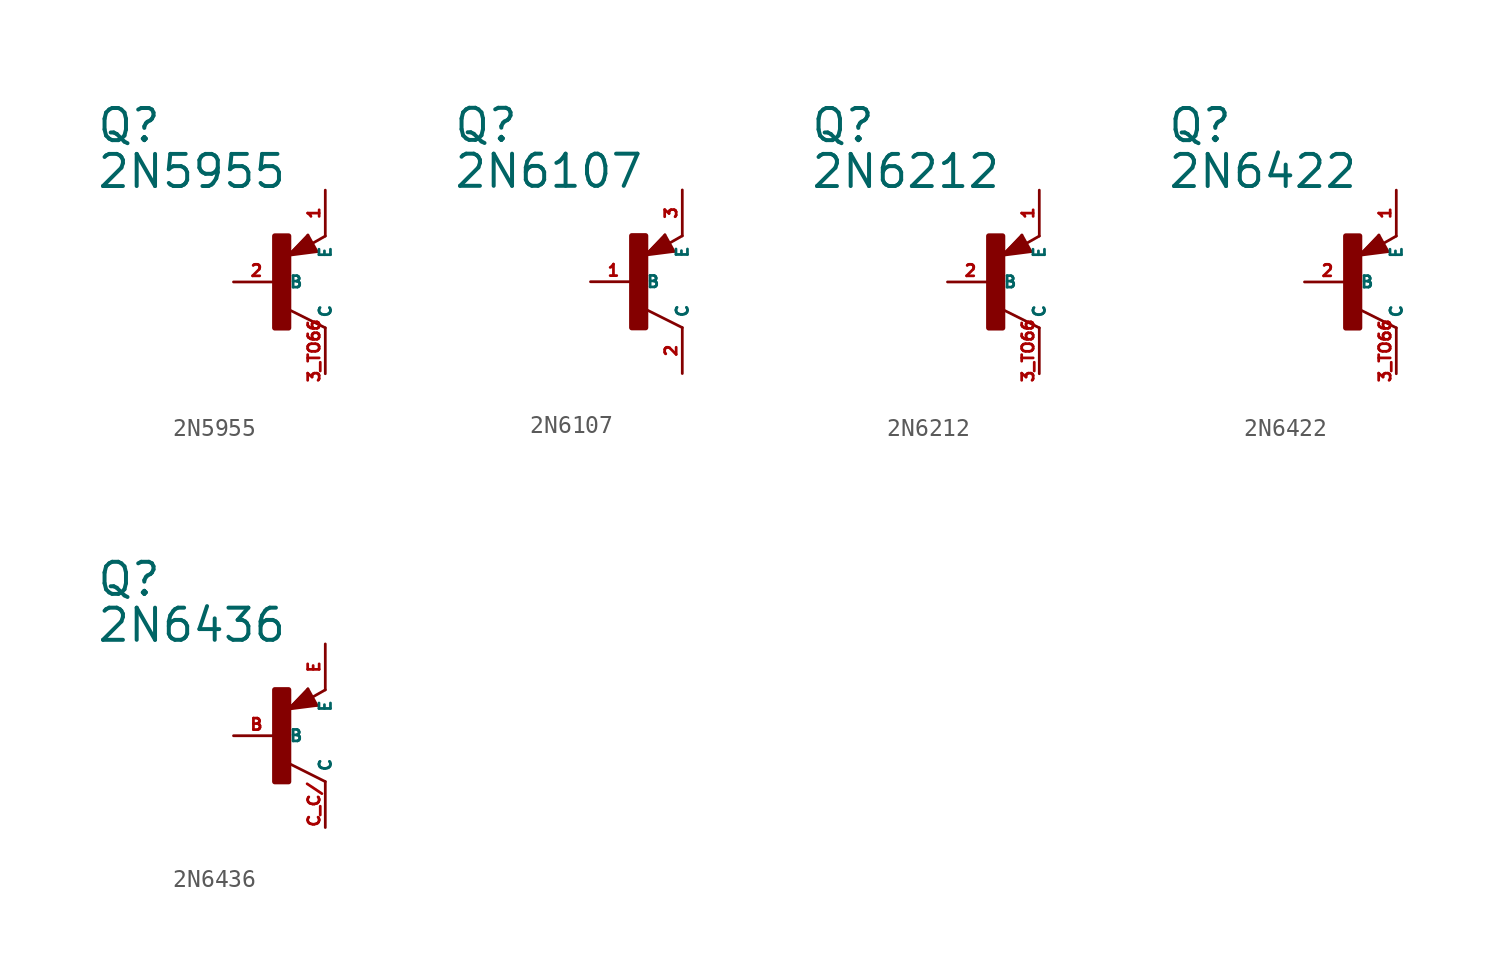
<source format=kicad_sym>
(kicad_symbol_lib
  (version 20220914)
  (generator Eagle2Kicad)
  (symbol "2N5955"
    (property "Reference" "Q"
      (at -10.16 7.62 0)
      (effects (font (size 1.778 1.778) (thickness 0.22)) (justify left bottom)))
    (property "Value" "2N5955"
      (at -10.16 5.08 0)
      (effects (font (size 1.778 1.778) (thickness 0.22)) (justify left bottom)))
    (polyline
      (pts (xy 2.086 1.678) (xy 1.578 2.594))
      (stroke (width 0.152) (type default))
      (fill (type none)))
    (polyline
      (pts (xy 1.578 2.594) (xy 0.516 1.478))
      (stroke (width 0.152) (type default))
      (fill (type none)))
    (polyline
      (pts (xy 0.516 1.478) (xy 2.086 1.678))
      (stroke (width 0.152) (type default))
      (fill (type none)))
    (polyline
      (pts (xy 2.54 2.54) (xy 1.808 2.124))
      (stroke (width 0.152) (type default))
      (fill (type none)))
    (polyline
      (pts (xy 2.54 -2.54) (xy 0.508 -1.524))
      (stroke (width 0.152) (type default))
      (fill (type none)))
    (polyline
      (pts (xy 1.905 1.778) (xy 1.524 2.413))
      (stroke (width 0.254) (type default))
      (fill (type none)))
    (polyline
      (pts (xy 1.524 2.413) (xy 0.762 1.651))
      (stroke (width 0.254) (type default))
      (fill (type none)))
    (polyline
      (pts (xy 0.762 1.651) (xy 1.778 1.778))
      (stroke (width 0.254) (type default))
      (fill (type none)))
    (polyline
      (pts (xy 1.778 1.778) (xy 1.524 2.159))
      (stroke (width 0.254) (type default))
      (fill (type none)))
    (polyline
      (pts (xy 1.524 2.159) (xy 1.143 1.905))
      (stroke (width 0.254) (type default))
      (fill (type none)))
    (polyline
      (pts (xy 1.143 1.905) (xy 1.524 1.905))
      (stroke (width 0.254) (type default))
      (fill (type none)))
    (rectangle
      (start -0.254 -2.54)
      (end 0.508 2.54)
      (stroke (width 0.3) (type default))
      (fill (type outline)))
    (pin passive line
      (at -2.54 0 0)
      (length 2.54)
      (name "B" (effects (font (size 0.635 0.635) (thickness 0.08)) (justify left bottom)))
      (number "2" (effects (font (size 0.635 0.635) (thickness 0.08)) (justify left bottom))))
    (pin passive line
      (at 2.54 5.08 270)
      (length 2.54)
      (name "E" (effects (font (size 0.635 0.635) (thickness 0.08)) (justify left bottom)))
      (number "1" (effects (font (size 0.635 0.635) (thickness 0.08)) (justify left bottom))))
    (pin passive line
      (at 2.54 -5.08 90)
      (length 2.54)
      (name "C" (effects (font (size 0.635 0.635) (thickness 0.08)) (justify left bottom)))
      (number "3 TO66" (effects (font (size 0.635 0.635) (thickness 0.08)) (justify left bottom)))))
  (symbol "2N6107"
    (property "Reference" "Q"
      (at -10.16 7.62 0)
      (effects (font (size 1.778 1.778) (thickness 0.22)) (justify left bottom)))
    (property "Value" "2N6107"
      (at -10.16 5.08 0)
      (effects (font (size 1.778 1.778) (thickness 0.22)) (justify left bottom)))
    (polyline
      (pts (xy 2.086 1.678) (xy 1.578 2.594))
      (stroke (width 0.152) (type default))
      (fill (type none)))
    (polyline
      (pts (xy 1.578 2.594) (xy 0.516 1.478))
      (stroke (width 0.152) (type default))
      (fill (type none)))
    (polyline
      (pts (xy 0.516 1.478) (xy 2.086 1.678))
      (stroke (width 0.152) (type default))
      (fill (type none)))
    (polyline
      (pts (xy 2.54 2.54) (xy 1.808 2.124))
      (stroke (width 0.152) (type default))
      (fill (type none)))
    (polyline
      (pts (xy 2.54 -2.54) (xy 0.508 -1.524))
      (stroke (width 0.152) (type default))
      (fill (type none)))
    (polyline
      (pts (xy 1.905 1.778) (xy 1.524 2.413))
      (stroke (width 0.254) (type default))
      (fill (type none)))
    (polyline
      (pts (xy 1.524 2.413) (xy 0.762 1.651))
      (stroke (width 0.254) (type default))
      (fill (type none)))
    (polyline
      (pts (xy 0.762 1.651) (xy 1.778 1.778))
      (stroke (width 0.254) (type default))
      (fill (type none)))
    (polyline
      (pts (xy 1.778 1.778) (xy 1.524 2.159))
      (stroke (width 0.254) (type default))
      (fill (type none)))
    (polyline
      (pts (xy 1.524 2.159) (xy 1.143 1.905))
      (stroke (width 0.254) (type default))
      (fill (type none)))
    (polyline
      (pts (xy 1.143 1.905) (xy 1.524 1.905))
      (stroke (width 0.254) (type default))
      (fill (type none)))
    (rectangle
      (start -0.254 -2.54)
      (end 0.508 2.54)
      (stroke (width 0.3) (type default))
      (fill (type outline)))
    (pin passive line
      (at -2.54 0 0)
      (length 2.54)
      (name "B" (effects (font (size 0.635 0.635) (thickness 0.08)) (justify left bottom)))
      (number "1" (effects (font (size 0.635 0.635) (thickness 0.08)) (justify left bottom))))
    (pin passive line
      (at 2.54 5.08 270)
      (length 2.54)
      (name "E" (effects (font (size 0.635 0.635) (thickness 0.08)) (justify left bottom)))
      (number "3" (effects (font (size 0.635 0.635) (thickness 0.08)) (justify left bottom))))
    (pin passive line
      (at 2.54 -5.08 90)
      (length 2.54)
      (name "C" (effects (font (size 0.635 0.635) (thickness 0.08)) (justify left bottom)))
      (number "2" (effects (font (size 0.635 0.635) (thickness 0.08)) (justify left bottom)))))
  (symbol "2N6212"
    (property "Reference" "Q"
      (at -10.16 7.62 0)
      (effects (font (size 1.778 1.778) (thickness 0.22)) (justify left bottom)))
    (property "Value" "2N6212"
      (at -10.16 5.08 0)
      (effects (font (size 1.778 1.778) (thickness 0.22)) (justify left bottom)))
    (polyline
      (pts (xy 2.086 1.678) (xy 1.578 2.594))
      (stroke (width 0.152) (type default))
      (fill (type none)))
    (polyline
      (pts (xy 1.578 2.594) (xy 0.516 1.478))
      (stroke (width 0.152) (type default))
      (fill (type none)))
    (polyline
      (pts (xy 0.516 1.478) (xy 2.086 1.678))
      (stroke (width 0.152) (type default))
      (fill (type none)))
    (polyline
      (pts (xy 2.54 2.54) (xy 1.808 2.124))
      (stroke (width 0.152) (type default))
      (fill (type none)))
    (polyline
      (pts (xy 2.54 -2.54) (xy 0.508 -1.524))
      (stroke (width 0.152) (type default))
      (fill (type none)))
    (polyline
      (pts (xy 1.905 1.778) (xy 1.524 2.413))
      (stroke (width 0.254) (type default))
      (fill (type none)))
    (polyline
      (pts (xy 1.524 2.413) (xy 0.762 1.651))
      (stroke (width 0.254) (type default))
      (fill (type none)))
    (polyline
      (pts (xy 0.762 1.651) (xy 1.778 1.778))
      (stroke (width 0.254) (type default))
      (fill (type none)))
    (polyline
      (pts (xy 1.778 1.778) (xy 1.524 2.159))
      (stroke (width 0.254) (type default))
      (fill (type none)))
    (polyline
      (pts (xy 1.524 2.159) (xy 1.143 1.905))
      (stroke (width 0.254) (type default))
      (fill (type none)))
    (polyline
      (pts (xy 1.143 1.905) (xy 1.524 1.905))
      (stroke (width 0.254) (type default))
      (fill (type none)))
    (rectangle
      (start -0.254 -2.54)
      (end 0.508 2.54)
      (stroke (width 0.3) (type default))
      (fill (type outline)))
    (pin passive line
      (at -2.54 0 0)
      (length 2.54)
      (name "B" (effects (font (size 0.635 0.635) (thickness 0.08)) (justify left bottom)))
      (number "2" (effects (font (size 0.635 0.635) (thickness 0.08)) (justify left bottom))))
    (pin passive line
      (at 2.54 5.08 270)
      (length 2.54)
      (name "E" (effects (font (size 0.635 0.635) (thickness 0.08)) (justify left bottom)))
      (number "1" (effects (font (size 0.635 0.635) (thickness 0.08)) (justify left bottom))))
    (pin passive line
      (at 2.54 -5.08 90)
      (length 2.54)
      (name "C" (effects (font (size 0.635 0.635) (thickness 0.08)) (justify left bottom)))
      (number "3 TO66" (effects (font (size 0.635 0.635) (thickness 0.08)) (justify left bottom)))))
  (symbol "2N6422"
    (property "Reference" "Q"
      (at -10.16 7.62 0)
      (effects (font (size 1.778 1.778) (thickness 0.22)) (justify left bottom)))
    (property "Value" "2N6422"
      (at -10.16 5.08 0)
      (effects (font (size 1.778 1.778) (thickness 0.22)) (justify left bottom)))
    (polyline
      (pts (xy 2.086 1.678) (xy 1.578 2.594))
      (stroke (width 0.152) (type default))
      (fill (type none)))
    (polyline
      (pts (xy 1.578 2.594) (xy 0.516 1.478))
      (stroke (width 0.152) (type default))
      (fill (type none)))
    (polyline
      (pts (xy 0.516 1.478) (xy 2.086 1.678))
      (stroke (width 0.152) (type default))
      (fill (type none)))
    (polyline
      (pts (xy 2.54 2.54) (xy 1.808 2.124))
      (stroke (width 0.152) (type default))
      (fill (type none)))
    (polyline
      (pts (xy 2.54 -2.54) (xy 0.508 -1.524))
      (stroke (width 0.152) (type default))
      (fill (type none)))
    (polyline
      (pts (xy 1.905 1.778) (xy 1.524 2.413))
      (stroke (width 0.254) (type default))
      (fill (type none)))
    (polyline
      (pts (xy 1.524 2.413) (xy 0.762 1.651))
      (stroke (width 0.254) (type default))
      (fill (type none)))
    (polyline
      (pts (xy 0.762 1.651) (xy 1.778 1.778))
      (stroke (width 0.254) (type default))
      (fill (type none)))
    (polyline
      (pts (xy 1.778 1.778) (xy 1.524 2.159))
      (stroke (width 0.254) (type default))
      (fill (type none)))
    (polyline
      (pts (xy 1.524 2.159) (xy 1.143 1.905))
      (stroke (width 0.254) (type default))
      (fill (type none)))
    (polyline
      (pts (xy 1.143 1.905) (xy 1.524 1.905))
      (stroke (width 0.254) (type default))
      (fill (type none)))
    (rectangle
      (start -0.254 -2.54)
      (end 0.508 2.54)
      (stroke (width 0.3) (type default))
      (fill (type outline)))
    (pin passive line
      (at -2.54 0 0)
      (length 2.54)
      (name "B" (effects (font (size 0.635 0.635) (thickness 0.08)) (justify left bottom)))
      (number "2" (effects (font (size 0.635 0.635) (thickness 0.08)) (justify left bottom))))
    (pin passive line
      (at 2.54 5.08 270)
      (length 2.54)
      (name "E" (effects (font (size 0.635 0.635) (thickness 0.08)) (justify left bottom)))
      (number "1" (effects (font (size 0.635 0.635) (thickness 0.08)) (justify left bottom))))
    (pin passive line
      (at 2.54 -5.08 90)
      (length 2.54)
      (name "C" (effects (font (size 0.635 0.635) (thickness 0.08)) (justify left bottom)))
      (number "3 TO66" (effects (font (size 0.635 0.635) (thickness 0.08)) (justify left bottom)))))
  (symbol "2N6436"
    (property "Reference" "Q"
      (at -10.16 7.62 0)
      (effects (font (size 1.778 1.778) (thickness 0.22)) (justify left bottom)))
    (property "Value" "2N6436"
      (at -10.16 5.08 0)
      (effects (font (size 1.778 1.778) (thickness 0.22)) (justify left bottom)))
    (polyline
      (pts (xy 2.086 1.678) (xy 1.578 2.594))
      (stroke (width 0.152) (type default))
      (fill (type none)))
    (polyline
      (pts (xy 1.578 2.594) (xy 0.516 1.478))
      (stroke (width 0.152) (type default))
      (fill (type none)))
    (polyline
      (pts (xy 0.516 1.478) (xy 2.086 1.678))
      (stroke (width 0.152) (type default))
      (fill (type none)))
    (polyline
      (pts (xy 2.54 2.54) (xy 1.808 2.124))
      (stroke (width 0.152) (type default))
      (fill (type none)))
    (polyline
      (pts (xy 2.54 -2.54) (xy 0.508 -1.524))
      (stroke (width 0.152) (type default))
      (fill (type none)))
    (polyline
      (pts (xy 1.905 1.778) (xy 1.524 2.413))
      (stroke (width 0.254) (type default))
      (fill (type none)))
    (polyline
      (pts (xy 1.524 2.413) (xy 0.762 1.651))
      (stroke (width 0.254) (type default))
      (fill (type none)))
    (polyline
      (pts (xy 0.762 1.651) (xy 1.778 1.778))
      (stroke (width 0.254) (type default))
      (fill (type none)))
    (polyline
      (pts (xy 1.778 1.778) (xy 1.524 2.159))
      (stroke (width 0.254) (type default))
      (fill (type none)))
    (polyline
      (pts (xy 1.524 2.159) (xy 1.143 1.905))
      (stroke (width 0.254) (type default))
      (fill (type none)))
    (polyline
      (pts (xy 1.143 1.905) (xy 1.524 1.905))
      (stroke (width 0.254) (type default))
      (fill (type none)))
    (rectangle
      (start -0.254 -2.54)
      (end 0.508 2.54)
      (stroke (width 0.3) (type default))
      (fill (type outline)))
    (pin passive line
      (at -2.54 0 0)
      (length 2.54)
      (name "B" (effects (font (size 0.635 0.635) (thickness 0.08)) (justify left bottom)))
      (number "B" (effects (font (size 0.635 0.635) (thickness 0.08)) (justify left bottom))))
    (pin passive line
      (at 2.54 5.08 270)
      (length 2.54)
      (name "E" (effects (font (size 0.635 0.635) (thickness 0.08)) (justify left bottom)))
      (number "E" (effects (font (size 0.635 0.635) (thickness 0.08)) (justify left bottom))))
    (pin passive line
      (at 2.54 -5.08 90)
      (length 2.54)
      (name "C" (effects (font (size 0.635 0.635) (thickness 0.08)) (justify left bottom)))
      (number "C C/" (effects (font (size 0.635 0.635) (thickness 0.08)) (justify left bottom))))))
</source>
